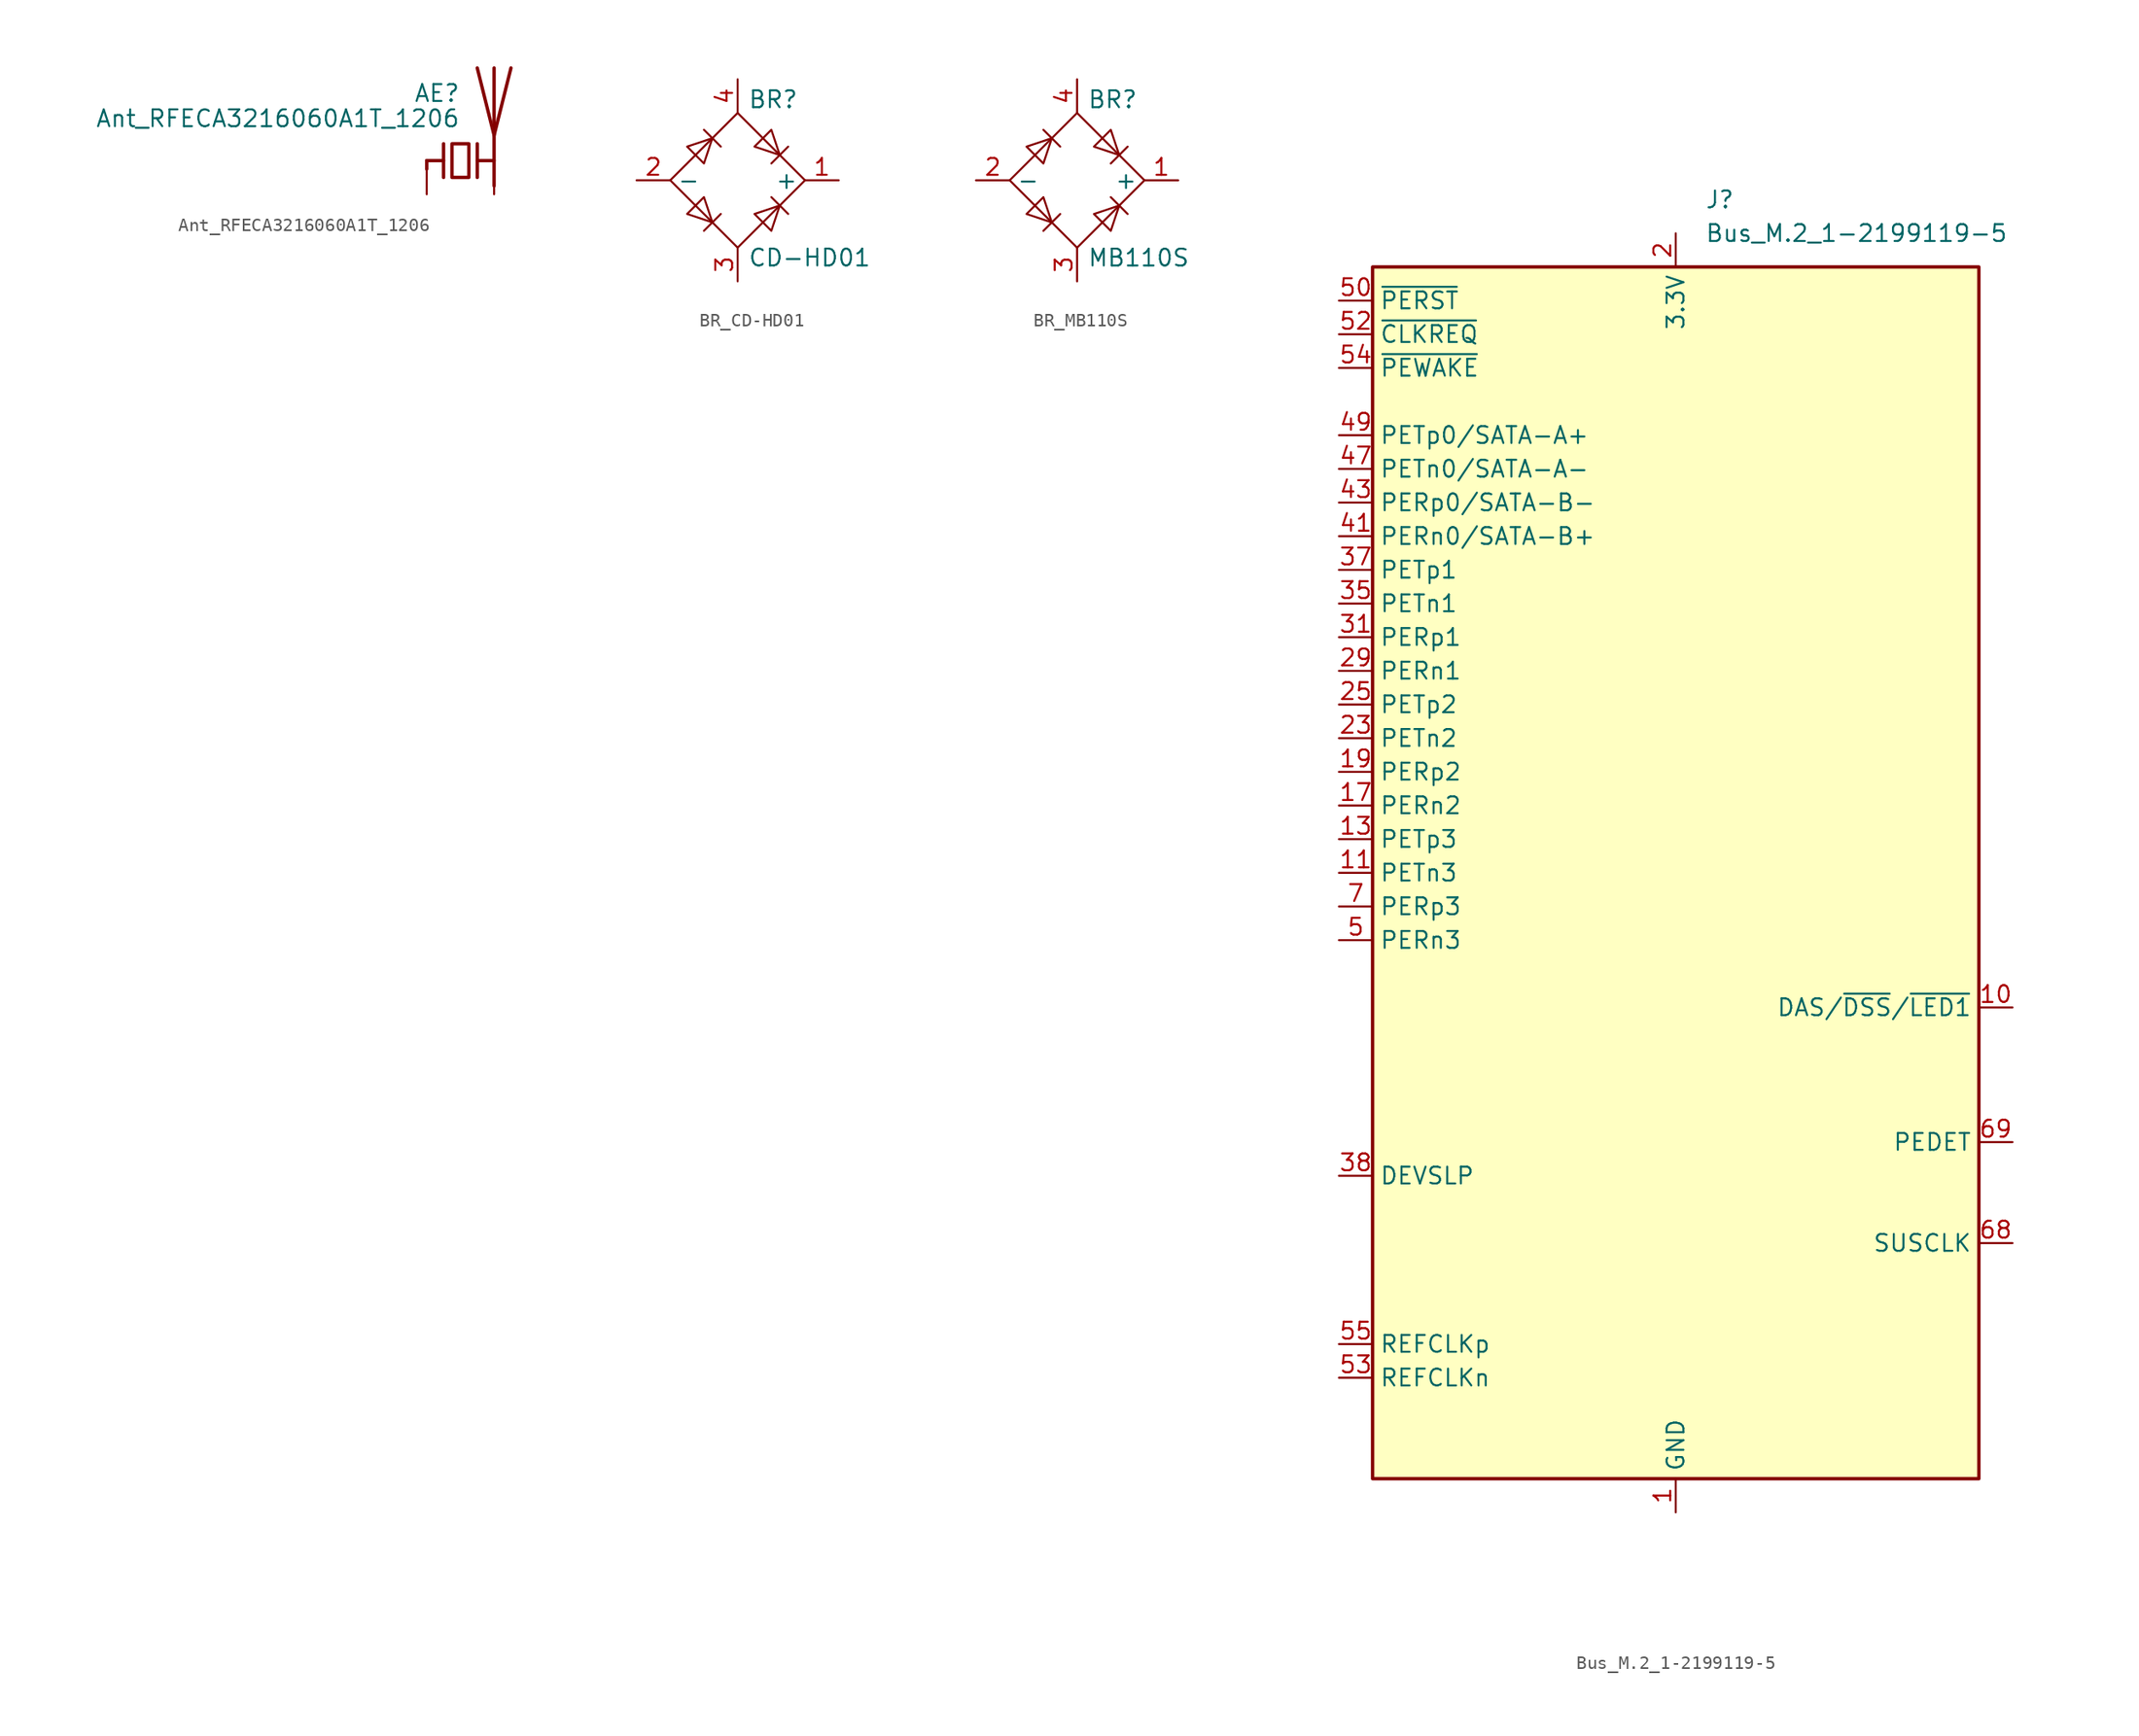
<source format=kicad_sym>
(kicad_symbol_lib
  (version 20241209)
  (generator "kicad_symbol_editor")
  (generator_version "9.0")
  (symbol "Ant_RFECA3216060A1T_1206"
    (pin_numbers
      (hide yes))
    (pin_names
      (offset 1.016)
      (hide yes))
    (property "Reference" "AE"
      (at 0 5.08 0)
      (effects (font (size 1.27 1.27)) (justify right)))
    (property "Value" "Ant_RFECA3216060A1T_1206"
      (at 0 3.175 0)
      (effects (font (size 1.27 1.27)) (justify right)))
    (symbol "Ant_RFECA3216060A1T_1206_0_1"
      (polyline (pts (xy -2.54 0) (xy -2.54 -0.635)) (stroke (width 0.254) (type default)) (fill (type none)))
      (polyline (pts (xy -2.54 0) (xy -1.27 0)) (stroke (width 0.254) (type default)) (fill (type none)))
      (polyline (pts (xy -1.27 1.27) (xy -1.27 -1.27) (xy -1.27 0)) (stroke (width 0.254) (type default)) (fill (type none)))
      (polyline (pts (xy -0.635 1.27) (xy 0.635 1.27) (xy 0.635 -1.27) (xy -0.635 -1.27) (xy -0.635 1.27)) (stroke (width 0.254) (type default)) (fill (type none)))
      (polyline (pts (xy 1.27 1.27) (xy 1.27 -1.27)) (stroke (width 0.254) (type default)) (fill (type none)))
      (polyline (pts (xy 1.27 0) (xy 2.54 0)) (stroke (width 0.254) (type default)) (fill (type none)))
      (polyline (pts (xy 2.54 6.985) (xy 2.54 -1.905)) (stroke (width 0.254) (type default)) (fill (type none)))
      (polyline (pts (xy 2.54 -0.635) (xy 2.54 0)) (stroke (width 0) (type default)) (fill (type none)))
      (polyline (pts (xy 3.81 6.985) (xy 2.54 1.905) (xy 1.27 6.985)) (stroke (width 0.254) (type default)) (fill (type none))))
    (symbol "Ant_RFECA3216060A1T_1206_1_1"
      (pin input line (at -2.54 -2.54 90) (length 2.54) (name "FEED" (effects (font (size 1.27 1.27)))) (number "1" (effects (font (size 1.27 1.27)))))
      (pin passive line (at 2.54 -2.54 90) (length 2.54) (name "PCB_Trace" (effects (font (size 1.27 1.27)))) (number "2" (effects (font (size 1.27 1.27)))))))
  (symbol "BR_CD-HD01"
    (property "Reference" "BR"
      (at 0.762 6.096 0)
      (effects (font (size 1.27 1.27)) (justify left)))
    (property "Value" "CD-HD01"
      (at 0.762 -5.842 0)
      (effects (font (size 1.27 1.27)) (justify left)))
    (symbol "BR_CD-HD01_1_1"
      (polyline (pts (xy -5.08 0) (xy 0 -5.08) (xy 5.08 0) (xy 0 5.08) (xy -5.08 0)) (stroke (width 0) (type default)) (fill (type none)))
      (polyline (pts (xy -3.81 2.54) (xy -2.54 1.27) (xy -1.905 3.175) (xy -3.81 2.54)) (stroke (width 0) (type default)) (fill (type none)))
      (polyline (pts (xy -2.54 3.81) (xy -1.27 2.54)) (stroke (width 0) (type default)) (fill (type none)))
      (polyline (pts (xy -2.54 -1.27) (xy -3.81 -2.54) (xy -1.905 -3.175) (xy -2.54 -1.27)) (stroke (width 0) (type default)) (fill (type none)))
      (polyline (pts (xy -1.27 -2.54) (xy -2.54 -3.81)) (stroke (width 0) (type default)) (fill (type none)))
      (polyline (pts (xy 1.27 2.54) (xy 2.54 3.81) (xy 3.175 1.905) (xy 1.27 2.54)) (stroke (width 0) (type default)) (fill (type none)))
      (polyline (pts (xy 2.54 1.27) (xy 3.81 2.54)) (stroke (width 0) (type default)) (fill (type none)))
      (polyline (pts (xy 2.54 -1.27) (xy 3.81 -2.54)) (stroke (width 0) (type default)) (fill (type none)))
      (polyline (pts (xy 3.175 -1.905) (xy 1.27 -2.54) (xy 2.54 -3.81) (xy 3.175 -1.905)) (stroke (width 0) (type default)) (fill (type none)))
      (pin passive line (at -7.62 0 0) (length 2.54) (name "-" (effects (font (size 1.27 1.27)))) (number "2" (effects (font (size 1.27 1.27)))))
      (pin passive line (at 0 7.62 270) (length 2.54) (name "~" (effects (font (size 1.27 1.27)))) (number "4" (effects (font (size 1.27 1.27)))))
      (pin passive line (at 0 -7.62 90) (length 2.54) (name "~" (effects (font (size 1.27 1.27)))) (number "3" (effects (font (size 1.27 1.27)))))
      (pin passive line (at 7.62 0 180) (length 2.54) (name "+" (effects (font (size 1.27 1.27)))) (number "1" (effects (font (size 1.27 1.27)))))))
  (symbol "BR_MB110S"
    (property "Reference" "BR"
      (at 0.762 6.096 0)
      (effects (font (size 1.27 1.27)) (justify left)))
    (property "Value" "MB110S"
      (at 0.762 -5.842 0)
      (effects (font (size 1.27 1.27)) (justify left)))
    (symbol "BR_MB110S_1_1"
      (polyline (pts (xy -5.08 0) (xy 0 -5.08) (xy 5.08 0) (xy 0 5.08) (xy -5.08 0)) (stroke (width 0) (type default)) (fill (type none)))
      (polyline (pts (xy -3.81 2.54) (xy -2.54 1.27) (xy -1.905 3.175) (xy -3.81 2.54)) (stroke (width 0) (type default)) (fill (type none)))
      (polyline (pts (xy -2.54 3.81) (xy -1.27 2.54)) (stroke (width 0) (type default)) (fill (type none)))
      (polyline (pts (xy -2.54 -1.27) (xy -3.81 -2.54) (xy -1.905 -3.175) (xy -2.54 -1.27)) (stroke (width 0) (type default)) (fill (type none)))
      (polyline (pts (xy -1.27 -2.54) (xy -2.54 -3.81)) (stroke (width 0) (type default)) (fill (type none)))
      (polyline (pts (xy 1.27 2.54) (xy 2.54 3.81) (xy 3.175 1.905) (xy 1.27 2.54)) (stroke (width 0) (type default)) (fill (type none)))
      (polyline (pts (xy 2.54 1.27) (xy 3.81 2.54)) (stroke (width 0) (type default)) (fill (type none)))
      (polyline (pts (xy 2.54 -1.27) (xy 3.81 -2.54)) (stroke (width 0) (type default)) (fill (type none)))
      (polyline (pts (xy 3.175 -1.905) (xy 1.27 -2.54) (xy 2.54 -3.81) (xy 3.175 -1.905)) (stroke (width 0) (type default)) (fill (type none)))
      (pin passive line (at -7.62 0 0) (length 2.54) (name "-" (effects (font (size 1.27 1.27)))) (number "2" (effects (font (size 1.27 1.27)))))
      (pin passive line (at 0 7.62 270) (length 2.54) (name "~" (effects (font (size 1.27 1.27)))) (number "4" (effects (font (size 1.27 1.27)))))
      (pin passive line (at 0 -7.62 90) (length 2.54) (name "~" (effects (font (size 1.27 1.27)))) (number "3" (effects (font (size 1.27 1.27)))))
      (pin passive line (at 7.62 0 180) (length 2.54) (name "+" (effects (font (size 1.27 1.27)))) (number "1" (effects (font (size 1.27 1.27)))))))
  (symbol "Bus_M.2_1-2199119-5"
    (property "Reference" "J"
      (at 2.194 50.8 0)
      (effects (font (size 1.27 1.27)) (justify left)))
    (property "Value" "Bus_M.2_1-2199119-5"
      (at 2.194 48.26 0)
      (effects (font (size 1.27 1.27)) (justify left)))
    (symbol "Bus_M.2_1-2199119-5_0_1"
      (rectangle (start -22.86 45.72) (end 22.86 -45.72) (stroke (width 0.254) (type default)) (fill (type background))))
    (symbol "Bus_M.2_1-2199119-5_1_1"
      (pin output line (at -25.4 43.18 0) (length 2.54) (name "~{PERST}" (effects (font (size 1.27 1.27)))) (number "50" (effects (font (size 1.27 1.27)))))
      (pin bidirectional line (at -25.4 40.64 0) (length 2.54) (name "~{CLKREQ}" (effects (font (size 1.27 1.27)))) (number "52" (effects (font (size 1.27 1.27)))))
      (pin bidirectional line (at -25.4 38.1 0) (length 2.54) (name "~{PEWAKE}" (effects (font (size 1.27 1.27)))) (number "54" (effects (font (size 1.27 1.27)))))
      (pin output line (at -25.4 33.02 0) (length 2.54) (name "PETp0/SATA-A+" (effects (font (size 1.27 1.27)))) (number "49" (effects (font (size 1.27 1.27)))))
      (pin output line (at -25.4 30.48 0) (length 2.54) (name "PETn0/SATA-A-" (effects (font (size 1.27 1.27)))) (number "47" (effects (font (size 1.27 1.27)))))
      (pin input line (at -25.4 27.94 0) (length 2.54) (name "PERp0/SATA-B-" (effects (font (size 1.27 1.27)))) (number "43" (effects (font (size 1.27 1.27)))))
      (pin input line (at -25.4 25.4 0) (length 2.54) (name "PERn0/SATA-B+" (effects (font (size 1.27 1.27)))) (number "41" (effects (font (size 1.27 1.27)))))
      (pin output line (at -25.4 22.86 0) (length 2.54) (name "PETp1" (effects (font (size 1.27 1.27)))) (number "37" (effects (font (size 1.27 1.27)))))
      (pin output line (at -25.4 20.32 0) (length 2.54) (name "PETn1" (effects (font (size 1.27 1.27)))) (number "35" (effects (font (size 1.27 1.27)))))
      (pin input line (at -25.4 17.78 0) (length 2.54) (name "PERp1" (effects (font (size 1.27 1.27)))) (number "31" (effects (font (size 1.27 1.27)))))
      (pin input line (at -25.4 15.24 0) (length 2.54) (name "PERn1" (effects (font (size 1.27 1.27)))) (number "29" (effects (font (size 1.27 1.27)))))
      (pin output line (at -25.4 12.7 0) (length 2.54) (name "PETp2" (effects (font (size 1.27 1.27)))) (number "25" (effects (font (size 1.27 1.27)))))
      (pin output line (at -25.4 10.16 0) (length 2.54) (name "PETn2" (effects (font (size 1.27 1.27)))) (number "23" (effects (font (size 1.27 1.27)))))
      (pin input line (at -25.4 7.62 0) (length 2.54) (name "PERp2" (effects (font (size 1.27 1.27)))) (number "19" (effects (font (size 1.27 1.27)))))
      (pin input line (at -25.4 5.08 0) (length 2.54) (name "PERn2" (effects (font (size 1.27 1.27)))) (number "17" (effects (font (size 1.27 1.27)))))
      (pin output line (at -25.4 2.54 0) (length 2.54) (name "PETp3" (effects (font (size 1.27 1.27)))) (number "13" (effects (font (size 1.27 1.27)))))
      (pin output line (at -25.4 0 0) (length 2.54) (name "PETn3" (effects (font (size 1.27 1.27)))) (number "11" (effects (font (size 1.27 1.27)))))
      (pin input line (at -25.4 -2.54 0) (length 2.54) (name "PERp3" (effects (font (size 1.27 1.27)))) (number "7" (effects (font (size 1.27 1.27)))))
      (pin input line (at -25.4 -5.08 0) (length 2.54) (name "PERn3" (effects (font (size 1.27 1.27)))) (number "5" (effects (font (size 1.27 1.27)))))
      (pin output line (at -25.4 -22.86 0) (length 2.54) (name "DEVSLP" (effects (font (size 1.27 1.27)))) (number "38" (effects (font (size 1.27 1.27)))))
      (pin output line (at -25.4 -35.56 0) (length 2.54) (name "REFCLKp" (effects (font (size 1.27 1.27)))) (number "55" (effects (font (size 1.27 1.27)))))
      (pin output line (at -25.4 -38.1 0) (length 2.54) (name "REFCLKn" (effects (font (size 1.27 1.27)))) (number "53" (effects (font (size 1.27 1.27)))))
      (pin passive line (at 0 48.26 270) (length 2.54) (hide yes) (name "3.3V" (effects (font (size 1.27 1.27)))) (number "12" (effects (font (size 1.27 1.27)))))
      (pin passive line (at 0 48.26 270) (length 2.54) (hide yes) (name "3.3V" (effects (font (size 1.27 1.27)))) (number "14" (effects (font (size 1.27 1.27)))))
      (pin passive line (at 0 48.26 270) (length 2.54) (hide yes) (name "3.3V" (effects (font (size 1.27 1.27)))) (number "16" (effects (font (size 1.27 1.27)))))
      (pin passive line (at 0 48.26 270) (length 2.54) (hide yes) (name "3.3V" (effects (font (size 1.27 1.27)))) (number "18" (effects (font (size 1.27 1.27)))))
      (pin power_in line (at 0 48.26 270) (length 2.54) (name "3.3V" (effects (font (size 1.27 1.27)))) (number "2" (effects (font (size 1.27 1.27)))))
      (pin passive line (at 0 48.26 270) (length 2.54) (hide yes) (name "3.3V" (effects (font (size 1.27 1.27)))) (number "4" (effects (font (size 1.27 1.27)))))
      (pin passive line (at 0 48.26 270) (length 2.54) (hide yes) (name "3.3V" (effects (font (size 1.27 1.27)))) (number "70" (effects (font (size 1.27 1.27)))))
      (pin passive line (at 0 48.26 270) (length 2.54) (hide yes) (name "3.3V" (effects (font (size 1.27 1.27)))) (number "72" (effects (font (size 1.27 1.27)))))
      (pin passive line (at 0 48.26 270) (length 2.54) (hide yes) (name "3.3V" (effects (font (size 1.27 1.27)))) (number "74" (effects (font (size 1.27 1.27)))))
      (pin power_in line (at 0 -48.26 90) (length 2.54) (name "GND" (effects (font (size 1.27 1.27)))) (number "1" (effects (font (size 1.27 1.27)))))
      (pin passive line (at 0 -48.26 90) (length 2.54) (hide yes) (name "GND" (effects (font (size 1.27 1.27)))) (number "15" (effects (font (size 1.27 1.27)))))
      (pin passive line (at 0 -48.26 90) (length 2.54) (hide yes) (name "GND" (effects (font (size 1.27 1.27)))) (number "21" (effects (font (size 1.27 1.27)))))
      (pin passive line (at 0 -48.26 90) (length 2.54) (hide yes) (name "GND" (effects (font (size 1.27 1.27)))) (number "27" (effects (font (size 1.27 1.27)))))
      (pin passive line (at 0 -48.26 90) (length 2.54) (hide yes) (name "GND" (effects (font (size 1.27 1.27)))) (number "3" (effects (font (size 1.27 1.27)))))
      (pin passive line (at 0 -48.26 90) (length 2.54) (hide yes) (name "GND" (effects (font (size 1.27 1.27)))) (number "33" (effects (font (size 1.27 1.27)))))
      (pin passive line (at 0 -48.26 90) (length 2.54) (hide yes) (name "GND" (effects (font (size 1.27 1.27)))) (number "39" (effects (font (size 1.27 1.27)))))
      (pin passive line (at 0 -48.26 90) (length 2.54) (hide yes) (name "GND" (effects (font (size 1.27 1.27)))) (number "45" (effects (font (size 1.27 1.27)))))
      (pin passive line (at 0 -48.26 90) (length 2.54) (hide yes) (name "GND" (effects (font (size 1.27 1.27)))) (number "51" (effects (font (size 1.27 1.27)))))
      (pin passive line (at 0 -48.26 90) (length 2.54) (hide yes) (name "GND" (effects (font (size 1.27 1.27)))) (number "57" (effects (font (size 1.27 1.27)))))
      (pin passive line (at 0 -48.26 90) (length 2.54) (hide yes) (name "GND" (effects (font (size 1.27 1.27)))) (number "71" (effects (font (size 1.27 1.27)))))
      (pin passive line (at 0 -48.26 90) (length 2.54) (hide yes) (name "GND" (effects (font (size 1.27 1.27)))) (number "73" (effects (font (size 1.27 1.27)))))
      (pin passive line (at 0 -48.26 90) (length 2.54) (hide yes) (name "GND" (effects (font (size 1.27 1.27)))) (number "75" (effects (font (size 1.27 1.27)))))
      (pin passive line (at 0 -48.26 90) (length 2.54) (hide yes) (name "GND" (effects (font (size 1.27 1.27)))) (number "9" (effects (font (size 1.27 1.27)))))
      (pin no_connect line (at 22.86 40.64 180) (length 2.54) (hide yes) (name "NC" (effects (font (size 1.27 1.27)))) (number "58" (effects (font (size 1.27 1.27)))))
      (pin no_connect line (at 22.86 38.1 180) (length 2.54) (hide yes) (name "NC" (effects (font (size 1.27 1.27)))) (number "56" (effects (font (size 1.27 1.27)))))
      (pin no_connect line (at 22.86 35.56 180) (length 2.54) (hide yes) (name "NC" (effects (font (size 1.27 1.27)))) (number "48" (effects (font (size 1.27 1.27)))))
      (pin no_connect line (at 22.86 33.02 180) (length 2.54) (hide yes) (name "NC" (effects (font (size 1.27 1.27)))) (number "46" (effects (font (size 1.27 1.27)))))
      (pin no_connect line (at 22.86 30.48 180) (length 2.54) (hide yes) (name "NC" (effects (font (size 1.27 1.27)))) (number "44" (effects (font (size 1.27 1.27)))))
      (pin no_connect line (at 22.86 27.94 180) (length 2.54) (hide yes) (name "NC" (effects (font (size 1.27 1.27)))) (number "42" (effects (font (size 1.27 1.27)))))
      (pin no_connect line (at 22.86 25.4 180) (length 2.54) (hide yes) (name "NC" (effects (font (size 1.27 1.27)))) (number "40" (effects (font (size 1.27 1.27)))))
      (pin no_connect line (at 22.86 22.86 180) (length 2.54) (hide yes) (name "NC" (effects (font (size 1.27 1.27)))) (number "36" (effects (font (size 1.27 1.27)))))
      (pin no_connect line (at 22.86 20.32 180) (length 2.54) (hide yes) (name "NC" (effects (font (size 1.27 1.27)))) (number "34" (effects (font (size 1.27 1.27)))))
      (pin no_connect line (at 22.86 17.78 180) (length 2.54) (hide yes) (name "NC" (effects (font (size 1.27 1.27)))) (number "32" (effects (font (size 1.27 1.27)))))
      (pin no_connect line (at 22.86 15.24 180) (length 2.54) (hide yes) (name "NC" (effects (font (size 1.27 1.27)))) (number "30" (effects (font (size 1.27 1.27)))))
      (pin no_connect line (at 22.86 12.7 180) (length 2.54) (hide yes) (name "NC" (effects (font (size 1.27 1.27)))) (number "28" (effects (font (size 1.27 1.27)))))
      (pin no_connect line (at 22.86 10.16 180) (length 2.54) (hide yes) (name "NC" (effects (font (size 1.27 1.27)))) (number "26" (effects (font (size 1.27 1.27)))))
      (pin no_connect line (at 22.86 7.62 180) (length 2.54) (hide yes) (name "NC" (effects (font (size 1.27 1.27)))) (number "24" (effects (font (size 1.27 1.27)))))
      (pin no_connect line (at 22.86 5.08 180) (length 2.54) (hide yes) (name "NC" (effects (font (size 1.27 1.27)))) (number "22" (effects (font (size 1.27 1.27)))))
      (pin no_connect line (at 22.86 2.54 180) (length 2.54) (hide yes) (name "NC" (effects (font (size 1.27 1.27)))) (number "20" (effects (font (size 1.27 1.27)))))
      (pin no_connect line (at 22.86 0 180) (length 2.54) (hide yes) (name "NC" (effects (font (size 1.27 1.27)))) (number "8" (effects (font (size 1.27 1.27)))))
      (pin no_connect line (at 22.86 -2.54 180) (length 2.54) (hide yes) (name "NC" (effects (font (size 1.27 1.27)))) (number "6" (effects (font (size 1.27 1.27)))))
      (pin no_connect line (at 22.86 -5.08 180) (length 2.54) (hide yes) (name "NC" (effects (font (size 1.27 1.27)))) (number "67" (effects (font (size 1.27 1.27)))))
      (pin bidirectional line (at 25.4 -10.16 180) (length 2.54) (name "DAS/~{DSS}/~{LED1}" (effects (font (size 1.27 1.27)))) (number "10" (effects (font (size 1.27 1.27)))))
      (pin passive line (at 25.4 -20.32 180) (length 2.54) (name "PEDET" (effects (font (size 1.27 1.27)))) (number "69" (effects (font (size 1.27 1.27)))))
      (pin output line (at 25.4 -27.94 180) (length 2.54) (name "SUSCLK" (effects (font (size 1.27 1.27)))) (number "68" (effects (font (size 1.27 1.27))))))))
</source>
